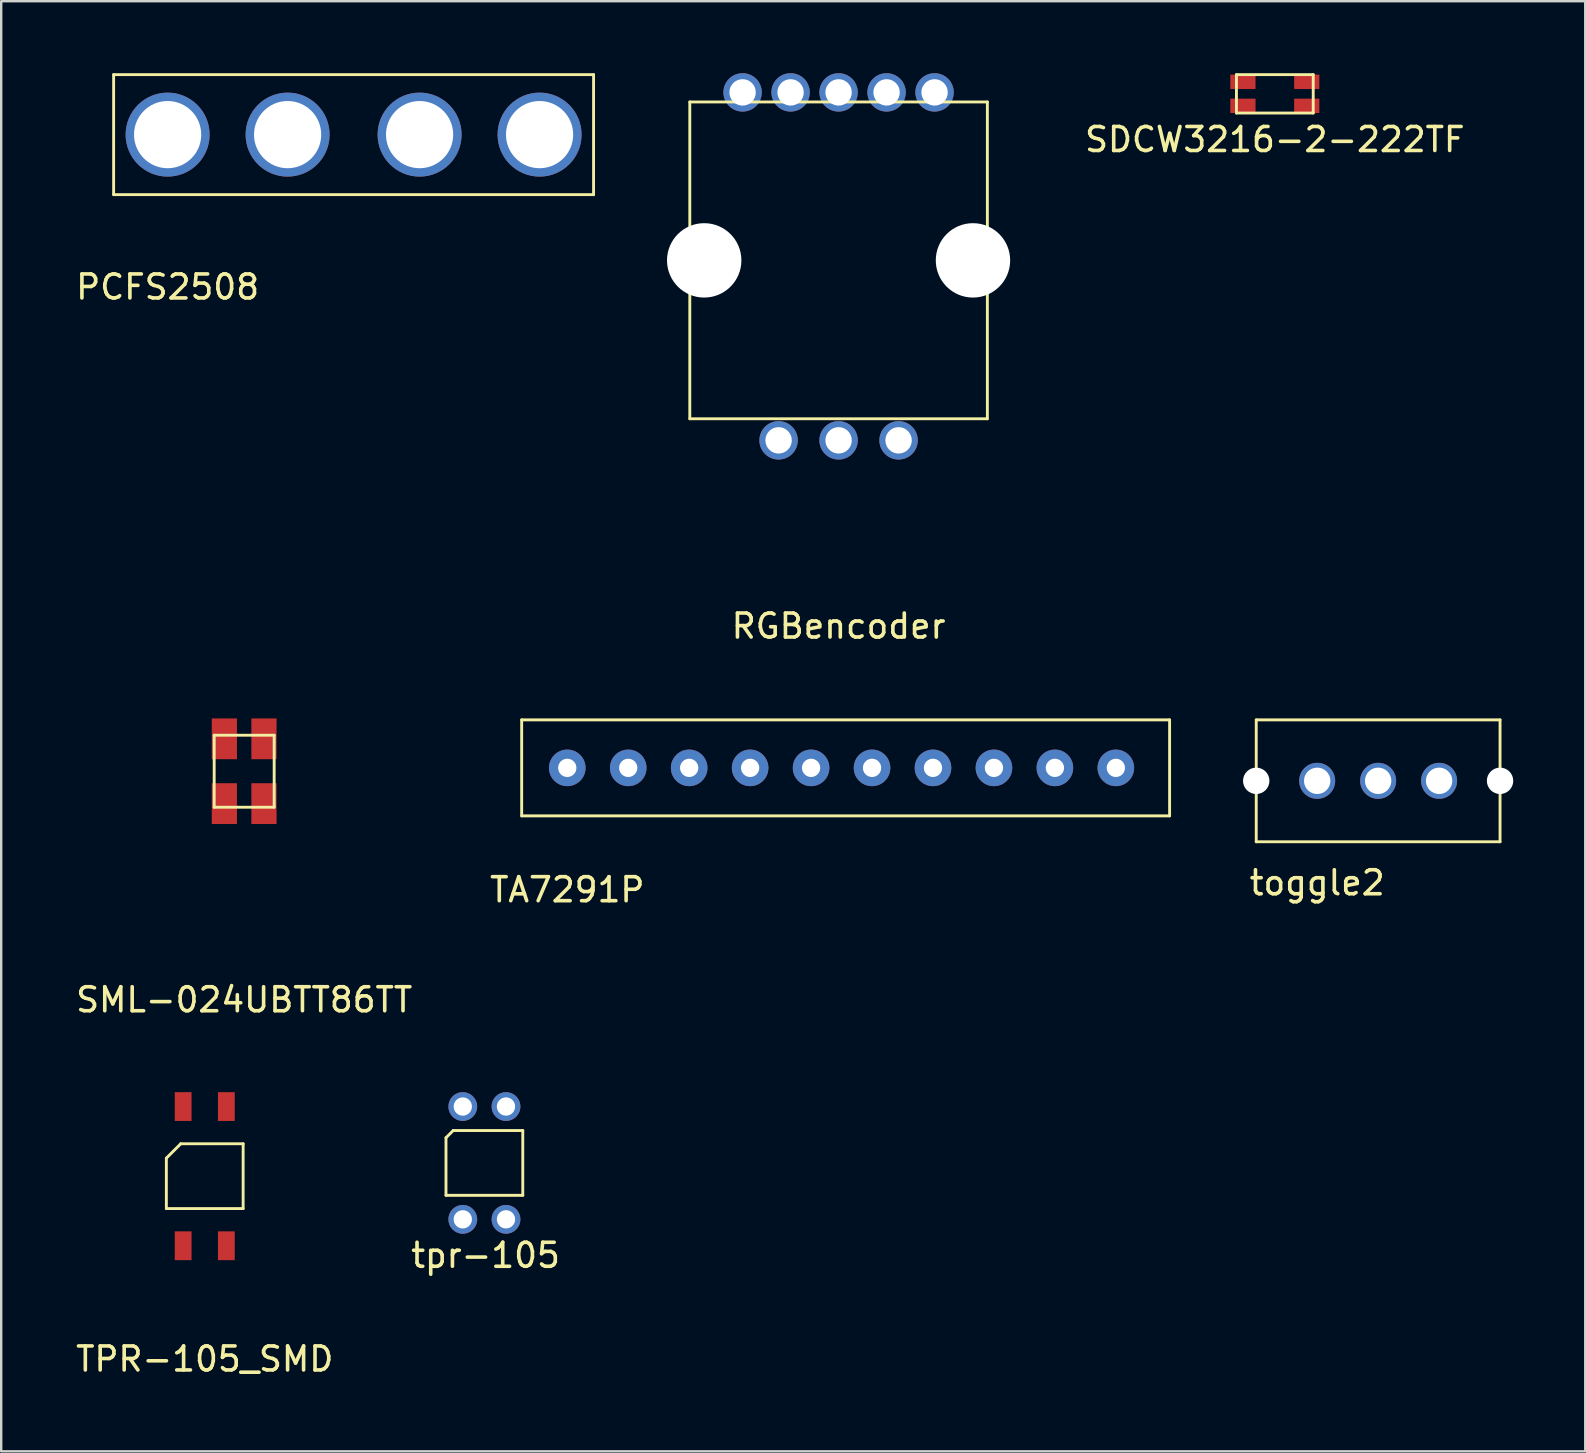
<source format=kicad_pcb>
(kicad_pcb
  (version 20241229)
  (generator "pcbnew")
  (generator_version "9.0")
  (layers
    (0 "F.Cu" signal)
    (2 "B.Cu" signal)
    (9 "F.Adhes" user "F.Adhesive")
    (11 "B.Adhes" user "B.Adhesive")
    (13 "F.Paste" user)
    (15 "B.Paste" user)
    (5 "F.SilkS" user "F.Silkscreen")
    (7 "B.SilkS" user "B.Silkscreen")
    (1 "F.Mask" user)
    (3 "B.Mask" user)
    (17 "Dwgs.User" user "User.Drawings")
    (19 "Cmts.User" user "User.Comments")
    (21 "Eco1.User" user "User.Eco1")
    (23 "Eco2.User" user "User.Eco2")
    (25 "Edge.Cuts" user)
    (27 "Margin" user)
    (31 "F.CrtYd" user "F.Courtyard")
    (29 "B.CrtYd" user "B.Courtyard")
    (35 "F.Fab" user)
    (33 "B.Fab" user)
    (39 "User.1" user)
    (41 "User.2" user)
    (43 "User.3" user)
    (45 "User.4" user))
  (footprint "toggle2"
    (layer "F.Cu")
    (at 51.839 29.488)
    (property "Reference" "toggle2" (at 0 4.25 0) (layer "F.SilkS") (effects (font (size 1 1) (thickness 0.15))))
    (attr through_hole)
    (fp_line (start -2.54 -2.54) (end -2.54 2.54) (stroke (width 0.12) (type solid)) (layer "F.SilkS"))
    (fp_line (start -2.54 2.54) (end 7.62 2.54) (stroke (width 0.12) (type solid)) (layer "F.SilkS"))
    (fp_line (start 7.62 -2.54) (end -2.54 -2.54) (stroke (width 0.12) (type solid)) (layer "F.SilkS"))
    (fp_line (start 7.62 2.54) (end 7.62 -2.54) (stroke (width 0.12) (type solid)) (layer "F.SilkS"))
    (pad "" np_thru_hole circle (at -2.54 0) (size 1.1 1.1) (drill 1.1) (layers "*.Cu" "*.Mask"))
    (pad "" np_thru_hole circle (at 7.62 0) (size 1.1 1.1) (drill 1.1) (layers "*.Cu" "*.Mask"))
    (pad "1" thru_hole circle (at 0 0) (size 1.5 1.5) (drill 1.1) (layers "*.Cu" "*.Mask"))
    (pad "2" thru_hole circle (at 2.54 0) (size 1.5 1.5) (drill 1.1) (layers "*.Cu" "*.Mask"))
    (pad "3" thru_hole circle (at 5.08 0) (size 1.5 1.5) (drill 1.1) (layers "*.Cu" "*.Mask")))
  (footprint "TA7291P"
    (layer "F.Cu")
    (at 20.589 28.948)
    (property "Reference" "TA7291P" (at 0 5.08 0) (layer "F.SilkS") (effects (font (size 1 1) (thickness 0.15))))
    (attr through_hole)
    (fp_line (start -1.9 -2) (end -1.9 2) (stroke (width 0.12) (type solid)) (layer "F.SilkS"))
    (fp_line (start -1.9 2) (end 25.1 2) (stroke (width 0.12) (type solid)) (layer "F.SilkS"))
    (fp_line (start 25.1 -2) (end -1.9 -2) (stroke (width 0.12) (type solid)) (layer "F.SilkS"))
    (fp_line (start 25.1 2) (end 25.1 -2) (stroke (width 0.12) (type solid)) (layer "F.SilkS"))
    (pad "1" thru_hole circle (at 0 0) (size 1.524 1.524) (drill 0.762) (layers "*.Cu" "*.Mask"))
    (pad "2" thru_hole circle (at 2.54 0) (size 1.524 1.524) (drill 0.762) (layers "*.Cu" "*.Mask"))
    (pad "3" thru_hole circle (at 5.08 0) (size 1.524 1.524) (drill 0.762) (layers "*.Cu" "*.Mask"))
    (pad "4" thru_hole circle (at 7.62 0) (size 1.524 1.524) (drill 0.762) (layers "*.Cu" "*.Mask"))
    (pad "5" thru_hole circle (at 10.16 0) (size 1.524 1.524) (drill 0.762) (layers "*.Cu" "*.Mask"))
    (pad "6" thru_hole circle (at 12.7 0) (size 1.524 1.524) (drill 0.762) (layers "*.Cu" "*.Mask"))
    (pad "7" thru_hole circle (at 15.24 0) (size 1.524 1.524) (drill 0.762) (layers "*.Cu" "*.Mask"))
    (pad "8" thru_hole circle (at 17.78 0) (size 1.524 1.524) (drill 0.762) (layers "*.Cu" "*.Mask"))
    (pad "9" thru_hole circle (at 20.32 0) (size 1.524 1.524) (drill 0.762) (layers "*.Cu" "*.Mask"))
    (pad "10" thru_hole circle (at 22.86 0) (size 1.524 1.524) (drill 0.762) (layers "*.Cu" "*.Mask")))
  (footprint "TPR-105_SMD"
    (layer "F.Cu")
    (at 5.482 45.962)
    (property "Reference" "TPR-105_SMD" (at 0 7.62 0) (layer "F.SilkS") (effects (font (size 1 1) (thickness 0.15))))
    (attr through_hole)
    (fp_line (start -1.6 -0.75) (end -1.6 1.35) (stroke (width 0.12) (type solid)) (layer "F.SilkS"))
    (fp_line (start -1.6 1.35) (end 1.6 1.35) (stroke (width 0.12) (type solid)) (layer "F.SilkS"))
    (fp_line (start -1 -1.35) (end -1.6 -0.75) (stroke (width 0.12) (type solid)) (layer "F.SilkS"))
    (fp_line (start 1.6 -1.35) (end -1 -1.35) (stroke (width 0.12) (type solid)) (layer "F.SilkS"))
    (fp_line (start 1.6 1.35) (end 1.6 -1.35) (stroke (width 0.12) (type solid)) (layer "F.SilkS"))
    (pad "1" smd rect (at -0.9 -2.9) (size 0.7 1.2) (layers "F.Cu" "F.Mask" "F.Paste"))
    (pad "2" smd rect (at -0.9 2.9) (size 0.7 1.2) (layers "F.Cu" "F.Mask" "F.Paste"))
    (pad "3" smd rect (at 0.9 2.9) (size 0.7 1.2) (layers "F.Cu" "F.Mask" "F.Paste"))
    (pad "4" smd rect (at 0.9 -2.9) (size 0.7 1.2) (layers "F.Cu" "F.Mask" "F.Paste")))
  (footprint "PCFS2508"
    (layer "F.Cu")
    (at 3.935 2.56)
    (property "Reference" "PCFS2508" (at 0 6.35 0) (layer "F.SilkS") (effects (font (size 1 1) (thickness 0.15))))
    (attr through_hole)
    (fp_line (start -2.25 -2.5) (end 17.75 -2.5) (stroke (width 0.12) (type solid)) (layer "F.SilkS"))
    (fp_line (start -2.25 2.5) (end -2.25 -2.5) (stroke (width 0.12) (type solid)) (layer "F.SilkS"))
    (fp_line (start 17.75 -2.5) (end 17.75 2.5) (stroke (width 0.12) (type solid)) (layer "F.SilkS"))
    (fp_line (start 17.75 2.5) (end -2.25 2.5) (stroke (width 0.12) (type solid)) (layer "F.SilkS"))
    (pad "1" thru_hole circle (at 0 0) (size 3.5 3.5) (drill 2.8) (layers "*.Cu" "*.Mask"))
    (pad "1" thru_hole circle (at 5 0) (size 3.5 3.5) (drill 2.8) (layers "*.Cu" "*.Mask"))
    (pad "2" thru_hole circle (at 10.5 0) (size 3.5 3.5) (drill 2.8) (layers "*.Cu" "*.Mask"))
    (pad "2" thru_hole circle (at 15.5 0) (size 3.5 3.5) (drill 2.8) (layers "*.Cu" "*.Mask")))
  (footprint "SDCW3216-2-222TF"
    (layer "F.Cu")
    (at 50.074 0.86)
    (property "Reference" "SDCW3216-2-222TF" (at 0 1.905 0) (layer "F.SilkS") (effects (font (size 1 1) (thickness 0.15))))
    (attr through_hole)
    (fp_line (start -1.6 -0.8) (end 1.6 -0.8) (stroke (width 0.12) (type solid)) (layer "F.SilkS"))
    (fp_line (start -1.6 0.8) (end -1.6 -0.8) (stroke (width 0.12) (type solid)) (layer "F.SilkS"))
    (fp_line (start 1.6 -0.8) (end 1.6 0.8) (stroke (width 0.12) (type solid)) (layer "F.SilkS"))
    (fp_line (start 1.6 0.8) (end -1.6 0.8) (stroke (width 0.12) (type solid)) (layer "F.SilkS"))
    (pad "1" smd rect (at -1.33 -0.5) (size 1.05 0.6) (layers "F.Cu" "F.Mask" "F.Paste"))
    (pad "2" smd rect (at 1.33 -0.5) (size 1.05 0.6) (layers "F.Cu" "F.Mask" "F.Paste"))
    (pad "3" smd rect (at -1.33 0.5) (size 1.05 0.6) (layers "F.Cu" "F.Mask" "F.Paste"))
    (pad "4" smd rect (at 1.33 0.5) (size 1.05 0.6) (layers "F.Cu" "F.Mask" "F.Paste")))
  (footprint "SML-024UBTT86TT"
    (layer "F.Cu")
    (at 7.125 29.088)
    (property "Reference" "SML-024UBTT86TT" (at 0 9.525 0) (layer "F.SilkS") (effects (font (size 1 1) (thickness 0.15))))
    (attr through_hole)
    (fp_line (start -1.25 -1.5) (end -1.25 1.5) (stroke (width 0.12) (type solid)) (layer "F.SilkS"))
    (fp_line (start -1.25 1.5) (end 1.25 1.5) (stroke (width 0.12) (type solid)) (layer "F.SilkS"))
    (fp_line (start 1.25 -1.5) (end -1.25 -1.5) (stroke (width 0.12) (type solid)) (layer "F.SilkS"))
    (fp_line (start 1.25 1.5) (end 1.25 -1.5) (stroke (width 0.12) (type solid)) (layer "F.SilkS"))
    (pad "1" smd rect (at -0.825 -1.35) (size 1.05 1.7) (layers "F.Cu" "F.Mask" "F.Paste"))
    (pad "2" smd rect (at -0.825 1.35) (size 1.05 1.7) (layers "F.Cu" "F.Mask" "F.Paste"))
    (pad "3" smd rect (at 0.825 -1.35) (size 1.05 1.7) (layers "F.Cu" "F.Mask" "F.Paste"))
    (pad "4" smd rect (at 0.825 1.35) (size 1.05 1.7) (layers "F.Cu" "F.Mask" "F.Paste")))
  (footprint "RGBencoder"
    (layer "F.Cu")
    (at 31.895 7.8)
    (property "Reference" "RGBencoder" (at 0 15.24 0) (layer "F.SilkS") (effects (font (size 1 1) (thickness 0.15))))
    (attr through_hole)
    (fp_line (start -6.2 -6.6) (end -6.2 6.6) (stroke (width 0.12) (type solid)) (layer "F.SilkS"))
    (fp_line (start -6.2 6.6) (end 6.2 6.6) (stroke (width 0.12) (type solid)) (layer "F.SilkS"))
    (fp_line (start 6.2 -6.6) (end -6.2 -6.6) (stroke (width 0.12) (type solid)) (layer "F.SilkS"))
    (fp_line (start 6.2 6.6) (end 6.2 -6.6) (stroke (width 0.12) (type solid)) (layer "F.SilkS"))
    (pad "" np_thru_hole circle (at -5.6 0) (size 3.1 3.1) (drill 3.1) (layers "*.Cu" "*.Mask"))
    (pad "" np_thru_hole circle (at 5.6 0) (size 3.1 3.1) (drill 3.1) (layers "*.Cu" "*.Mask"))
    (pad "1" thru_hole circle (at -2.5 7.5) (size 1.6 1.6) (drill 1.1) (layers "*.Cu" "*.Mask"))
    (pad "2" thru_hole circle (at 0 7.5) (size 1.6 1.6) (drill 1.1) (layers "*.Cu" "*.Mask"))
    (pad "3" thru_hole circle (at 2.5 7.5) (size 1.6 1.6) (drill 1.1) (layers "*.Cu" "*.Mask"))
    (pad "4" thru_hole circle (at 4 -7) (size 1.6 1.6) (drill 1.1) (layers "*.Cu" "*.Mask"))
    (pad "5" thru_hole circle (at 2 -7) (size 1.6 1.6) (drill 1.1) (layers "*.Cu" "*.Mask"))
    (pad "6" thru_hole circle (at 0 -7) (size 1.6 1.6) (drill 1.1) (layers "*.Cu" "*.Mask"))
    (pad "7" thru_hole circle (at -2 -7) (size 1.6 1.6) (drill 1.1) (layers "*.Cu" "*.Mask"))
    (pad "8" thru_hole circle (at -4 -7) (size 1.6 1.6) (drill 1.1) (layers "*.Cu" "*.Mask")))
  (footprint "tpr-105"
    (layer "F.Cu")
    (at 17.135 45.411)
    (property "Reference" "tpr-105" (at 0.05 3.85 0) (layer "F.SilkS") (effects (font (size 1 1) (thickness 0.15))))
    (attr through_hole)
    (fp_line (start -1.6 -1.05) (end -1.3 -1.35) (stroke (width 0.12) (type solid)) (layer "F.SilkS"))
    (fp_line (start -1.6 1.35) (end -1.6 -1.05) (stroke (width 0.12) (type solid)) (layer "F.SilkS"))
    (fp_line (start -1.3 -1.35) (end 1.6 -1.35) (stroke (width 0.12) (type solid)) (layer "F.SilkS"))
    (fp_line (start 1.6 -1.35) (end 1.6 1.35) (stroke (width 0.12) (type solid)) (layer "F.SilkS"))
    (fp_line (start 1.6 1.35) (end -1.6 1.35) (stroke (width 0.12) (type solid)) (layer "F.SilkS"))
    (pad "1" thru_hole circle (at -0.9 -2.35) (size 1.2 1.2) (drill 0.762) (layers "*.Cu" "*.Mask"))
    (pad "2" thru_hole circle (at -0.9 2.35) (size 1.2 1.2) (drill 0.762) (layers "*.Cu" "*.Mask"))
    (pad "3" thru_hole circle (at 0.9 2.35) (size 1.2 1.2) (drill 0.762) (layers "*.Cu" "*.Mask"))
    (pad "4" thru_hole circle (at 0.9 -2.35) (size 1.2 1.2) (drill 0.762) (layers "*.Cu" "*.Mask")))
  (gr_rect
    (start -3 -3)
    (end 63.009 57.43)
    (stroke (width 0.1) (type default))
    (fill no)
    (layer "Edge.Cuts")))
</source>
